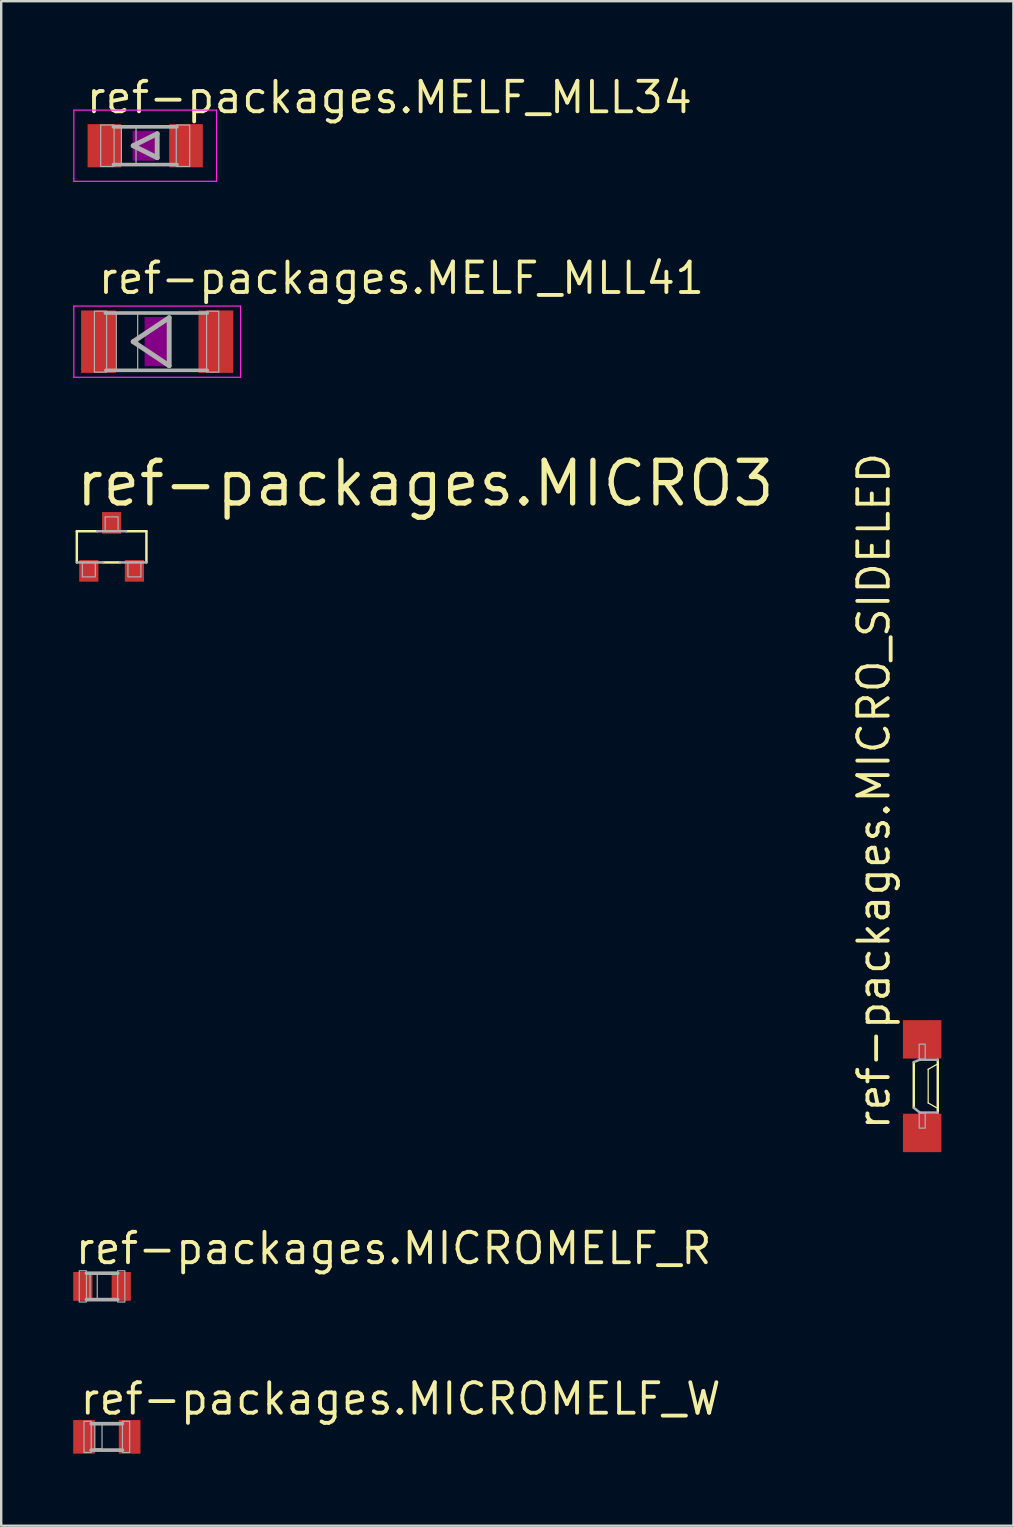
<source format=kicad_pcb>
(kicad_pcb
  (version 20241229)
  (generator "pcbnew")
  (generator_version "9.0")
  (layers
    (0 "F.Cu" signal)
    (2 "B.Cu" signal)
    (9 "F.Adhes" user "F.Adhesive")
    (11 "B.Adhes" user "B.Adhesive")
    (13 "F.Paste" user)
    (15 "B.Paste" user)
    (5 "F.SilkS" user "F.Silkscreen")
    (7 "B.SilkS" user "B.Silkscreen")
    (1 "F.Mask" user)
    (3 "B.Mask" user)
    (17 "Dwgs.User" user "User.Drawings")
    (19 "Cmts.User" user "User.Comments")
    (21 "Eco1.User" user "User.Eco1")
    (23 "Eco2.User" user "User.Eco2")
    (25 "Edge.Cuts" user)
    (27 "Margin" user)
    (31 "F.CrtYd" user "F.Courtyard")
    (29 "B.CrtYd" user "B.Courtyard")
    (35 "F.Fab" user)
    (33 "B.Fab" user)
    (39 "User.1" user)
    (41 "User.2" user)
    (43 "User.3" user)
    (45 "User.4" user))
  (footprint "ref-packages.MICRO_SIDELED"
    (layer "F.Cu")
    (at 35.365 42.195)
    (property "Reference" "ref-packages.MICRO_SIDELED" (at -1.27 1.905 90) (layer "F.SilkS") (effects (font (size 1.27 1.27) (thickness 0.16)) (justify left bottom)))
    (attr smd)
    (fp_rect (start -0.4 -1.1) (end 0.4 -1.8) (stroke (width 0.05) (type default)) (fill yes) (layer "F.Mask"))
    (fp_rect (start -0.4 1.8) (end 0.4 1.1) (stroke (width 0.05) (type default)) (fill yes) (layer "F.Mask"))
    (fp_line (start -0.35 -1) (end -0.35 0.9) (stroke (width 0.102) (type default)) (layer "F.SilkS"))
    (fp_line (start 0.25 -0.7) (end 0.25 0.7) (stroke (width 0.051) (type default)) (layer "F.SilkS"))
    (fp_line (start 0.25 0.7) (end 0.6 0.9) (stroke (width 0.051) (type default)) (layer "F.SilkS"))
    (fp_line (start 0.6 -0.9) (end 0.25 -0.7) (stroke (width 0.051) (type default)) (layer "F.SilkS"))
    (fp_line (start 0.65 1.1) (end 0.65 -1.1) (stroke (width 0.102) (type default)) (layer "F.SilkS"))
    (fp_rect (start -0.35 -1.15) (end 0.35 -1.75) (stroke (width 0.05) (type default)) (fill yes) (layer "F.Paste"))
    (fp_rect (start -0.35 1.75) (end 0.35 1.15) (stroke (width 0.05) (type default)) (fill yes) (layer "F.Paste"))
    (fp_line (start -0.35 0.9) (end -0.1 1.1) (stroke (width 0.102) (type default)) (layer "F.Fab"))
    (fp_line (start -0.1 -1.1) (end -0.35 -1) (stroke (width 0.102) (type default)) (layer "F.Fab"))
    (fp_line (start -0.1 1.1) (end 0.65 1.1) (stroke (width 0.102) (type default)) (layer "F.Fab"))
    (fp_line (start 0.65 -1.1) (end -0.1 -1.1) (stroke (width 0.102) (type default)) (layer "F.Fab"))
    (fp_rect (start -0.125 -1.125) (end 0.125 -1.75) (stroke (width 0.05) (type default)) (fill no) (layer "F.Fab"))
    (fp_rect (start -0.125 1.75) (end 0.125 1.125) (stroke (width 0.05) (type default)) (fill no) (layer "F.Fab"))
    (pad "A" smd roundrect (at 0 -1.95) (size 1.6 1.6) (layers "F.Cu" "F.Mask" "F.Paste") (roundrect_rratio 0.01))
    (pad "C" smd roundrect (at 0 1.95) (size 1.6 1.6) (layers "F.Cu" "F.Mask" "F.Paste") (roundrect_rratio 0.01)))
  (footprint "ref-packages.MELF_MLL34"
    (layer "F.Cu")
    (at 2.998 3.02)
    (property "Reference" "ref-packages.MELF_MLL34" (at -2.54 -1.27 0) (layer "F.SilkS") (effects (font (size 1.27 1.27) (thickness 0.16)) (justify left bottom)))
    (attr smd)
    (fp_rect (start -0.5 0.6) (end 0.4 -0.6) (stroke (width 0.05) (type default)) (fill yes) (layer "F.Adhes"))
    (fp_line (start -2.973 -1.483) (end 2.973 -1.483) (stroke (width 0.051) (type default)) (layer "F.CrtYd"))
    (fp_line (start -2.973 1.483) (end -2.973 -1.483) (stroke (width 0.051) (type default)) (layer "F.CrtYd"))
    (fp_line (start 2.973 -1.483) (end 2.973 1.483) (stroke (width 0.051) (type default)) (layer "F.CrtYd"))
    (fp_line (start 2.973 1.483) (end -2.973 1.483) (stroke (width 0.051) (type default)) (layer "F.CrtYd"))
    (fp_line (start -0.5 0) (end 0.5 0.5) (stroke (width 0.203) (type default)) (layer "F.Fab"))
    (fp_line (start 0.5 -0.5) (end -0.5 0) (stroke (width 0.203) (type default)) (layer "F.Fab"))
    (fp_line (start 0.5 0.5) (end 0.5 -0.5) (stroke (width 0.203) (type default)) (layer "F.Fab"))
    (fp_line (start 1.321 -0.787) (end -1.321 -0.787) (stroke (width 0.152) (type default)) (layer "F.Fab"))
    (fp_line (start 1.321 0.787) (end -1.321 0.787) (stroke (width 0.152) (type default)) (layer "F.Fab"))
    (fp_rect (start -1.854 0.864) (end -1.295 -0.864) (stroke (width 0.05) (type default)) (fill no) (layer "F.Fab"))
    (fp_rect (start -0.991 0.787) (end -0.381 -0.787) (stroke (width 0.05) (type default)) (fill no) (layer "F.Fab"))
    (fp_rect (start 1.295 0.864) (end 1.854 -0.864) (stroke (width 0.05) (type default)) (fill no) (layer "F.Fab"))
    (pad "1" smd roundrect (at -1.7 0) (size 1.4 1.8) (layers "F.Cu" "F.Mask" "F.Paste") (roundrect_rratio 0.01))
    (pad "2" smd roundrect (at 1.7 0) (size 1.4 1.8) (layers "F.Cu" "F.Mask" "F.Paste") (roundrect_rratio 0.01)))
  (footprint "ref-packages.MICRO3"
    (layer "F.Cu")
    (at 1.6 19.73)
    (property "Reference" "ref-packages.MICRO3" (at -1.6 -1.6 0) (layer "F.SilkS") (effects (font (size 1.778 1.778) (thickness 0.22)) (justify left bottom)))
    (attr smd)
    (fp_line (start -1.45 -0.65) (end -0.6 -0.65) (stroke (width 0.102) (type default)) (layer "F.SilkS"))
    (fp_line (start -1.45 0.65) (end -1.45 -0.65) (stroke (width 0.102) (type default)) (layer "F.SilkS"))
    (fp_line (start 0.35 0.65) (end -0.35 0.65) (stroke (width 0.102) (type default)) (layer "F.SilkS"))
    (fp_line (start 0.6 -0.65) (end 1.45 -0.65) (stroke (width 0.102) (type default)) (layer "F.SilkS"))
    (fp_line (start 1.45 -0.65) (end 1.45 0.65) (stroke (width 0.102) (type default)) (layer "F.SilkS"))
    (fp_line (start -0.6 -0.65) (end 0.6 -0.65) (stroke (width 0.102) (type default)) (layer "F.Fab"))
    (fp_line (start -0.35 0.65) (end -1.45 0.65) (stroke (width 0.102) (type default)) (layer "F.Fab"))
    (fp_line (start 1.45 0.65) (end 0.35 0.65) (stroke (width 0.102) (type default)) (layer "F.Fab"))
    (fp_rect (start -1.22 1.25) (end -0.68 0.65) (stroke (width 0.05) (type default)) (fill no) (layer "F.Fab"))
    (fp_rect (start -0.27 -0.66) (end 0.27 -1.25) (stroke (width 0.05) (type default)) (fill no) (layer "F.Fab"))
    (fp_rect (start 0.68 1.25) (end 1.22 0.64) (stroke (width 0.05) (type default)) (fill no) (layer "F.Fab"))
    (pad "1" smd roundrect (at -0.95 1) (size 0.8 0.9) (layers "F.Cu" "F.Mask" "F.Paste") (roundrect_rratio 0.01))
    (pad "2" smd roundrect (at 0.95 1) (size 0.8 0.9) (layers "F.Cu" "F.Mask" "F.Paste") (roundrect_rratio 0.01))
    (pad "3" smd roundrect (at 0 -1) (size 0.8 0.9) (layers "F.Cu" "F.Mask" "F.Paste") (roundrect_rratio 0.01)))
  (footprint "ref-packages.MELF_MLL41"
    (layer "F.Cu")
    (at 3.498 11.183)
    (property "Reference" "ref-packages.MELF_MLL41" (at -2.54 -1.905 0) (layer "F.SilkS") (effects (font (size 1.27 1.27) (thickness 0.16)) (justify left bottom)))
    (attr smd)
    (fp_rect (start -0.5 1) (end 0.5 -1) (stroke (width 0.05) (type default)) (fill yes) (layer "F.Adhes"))
    (fp_line (start -3.473 -1.483) (end 3.473 -1.483) (stroke (width 0.051) (type default)) (layer "F.CrtYd"))
    (fp_line (start -3.473 1.483) (end -3.473 -1.483) (stroke (width 0.051) (type default)) (layer "F.CrtYd"))
    (fp_line (start 3.473 -1.483) (end 3.473 1.483) (stroke (width 0.051) (type default)) (layer "F.CrtYd"))
    (fp_line (start 3.473 1.483) (end -3.473 1.483) (stroke (width 0.051) (type default)) (layer "F.CrtYd"))
    (fp_line (start -1 0) (end 0.5 1) (stroke (width 0.203) (type default)) (layer "F.Fab"))
    (fp_line (start 0.5 -1) (end -1 0) (stroke (width 0.203) (type default)) (layer "F.Fab"))
    (fp_line (start 0.5 1) (end 0.5 -1) (stroke (width 0.203) (type default)) (layer "F.Fab"))
    (fp_line (start 2.083 -1.194) (end -2.159 -1.194) (stroke (width 0.152) (type default)) (layer "F.Fab"))
    (fp_line (start 2.083 1.194) (end -2.134 1.194) (stroke (width 0.152) (type default)) (layer "F.Fab"))
    (fp_rect (start -2.616 1.27) (end -2.108 -1.27) (stroke (width 0.05) (type default)) (fill no) (layer "F.Fab"))
    (fp_rect (start -1.702 1.194) (end -0.813 -1.194) (stroke (width 0.05) (type default)) (fill no) (layer "F.Fab"))
    (fp_rect (start 2.057 1.27) (end 2.565 -1.27) (stroke (width 0.05) (type default)) (fill no) (layer "F.Fab"))
    (pad "1" smd roundrect (at -2.445 0) (size 1.45 2.6) (layers "F.Cu" "F.Mask" "F.Paste") (roundrect_rratio 0.01))
    (pad "2" smd roundrect (at 2.445 0) (size 1.45 2.6) (layers "F.Cu" "F.Mask" "F.Paste") (roundrect_rratio 0.01)))
  (footprint "ref-packages.MICROMELF_W"
    (layer "F.Cu")
    (at 1.4 56.806)
    (property "Reference" "ref-packages.MICROMELF_W" (at -1.201 -0.843 0) (layer "F.SilkS") (effects (font (size 1.27 1.27) (thickness 0.16)) (justify left bottom)))
    (attr smd)
    (fp_line (start -0.65 -0.55) (end 0.65 -0.55) (stroke (width 0.152) (type default)) (layer "F.Fab"))
    (fp_line (start -0.65 0.55) (end 0.65 0.55) (stroke (width 0.152) (type default)) (layer "F.Fab"))
    (fp_rect (start -0.95 0.65) (end -0.65 -0.65) (stroke (width 0.05) (type default)) (fill no) (layer "F.Fab"))
    (fp_rect (start -0.5 0.5) (end -0.2 -0.55) (stroke (width 0.05) (type default)) (fill no) (layer "F.Fab"))
    (fp_rect (start 0.65 0.65) (end 0.95 -0.65) (stroke (width 0.05) (type default)) (fill no) (layer "F.Fab"))
    (pad "A" smd roundrect (at 0.95 0) (size 0.9 1.4) (layers "F.Cu" "F.Mask" "F.Paste") (roundrect_rratio 0.01))
    (pad "C" smd roundrect (at -0.95 0) (size 0.9 1.4) (layers "F.Cu" "F.Mask" "F.Paste") (roundrect_rratio 0.01)))
  (footprint "ref-packages.MICROMELF_R"
    (layer "F.Cu")
    (at 1.201 50.538)
    (property "Reference" "ref-packages.MICROMELF_R" (at -1.201 -0.843 0) (layer "F.SilkS") (effects (font (size 1.27 1.27) (thickness 0.16)) (justify left bottom)))
    (attr smd)
    (fp_line (start -0.65 -0.55) (end 0.65 -0.55) (stroke (width 0.152) (type default)) (layer "F.Fab"))
    (fp_line (start -0.65 0.55) (end 0.65 0.55) (stroke (width 0.152) (type default)) (layer "F.Fab"))
    (fp_rect (start -0.95 0.65) (end -0.65 -0.65) (stroke (width 0.05) (type default)) (fill no) (layer "F.Fab"))
    (fp_rect (start -0.5 0.55) (end -0.2 -0.55) (stroke (width 0.05) (type default)) (fill no) (layer "F.Fab"))
    (fp_rect (start 0.65 0.65) (end 0.95 -0.65) (stroke (width 0.05) (type default)) (fill no) (layer "F.Fab"))
    (pad "A" smd roundrect (at 0.8 0) (size 0.8 1.2) (layers "F.Cu" "F.Mask" "F.Paste") (roundrect_rratio 0.01))
    (pad "C" smd roundrect (at -0.8 0) (size 0.8 1.2) (layers "F.Cu" "F.Mask" "F.Paste") (roundrect_rratio 0.01)))
  (gr_rect
    (start -3 -3)
    (end 39.165 60.506)
    (stroke (width 0.1) (type default))
    (fill no)
    (layer "Edge.Cuts")))
</source>
